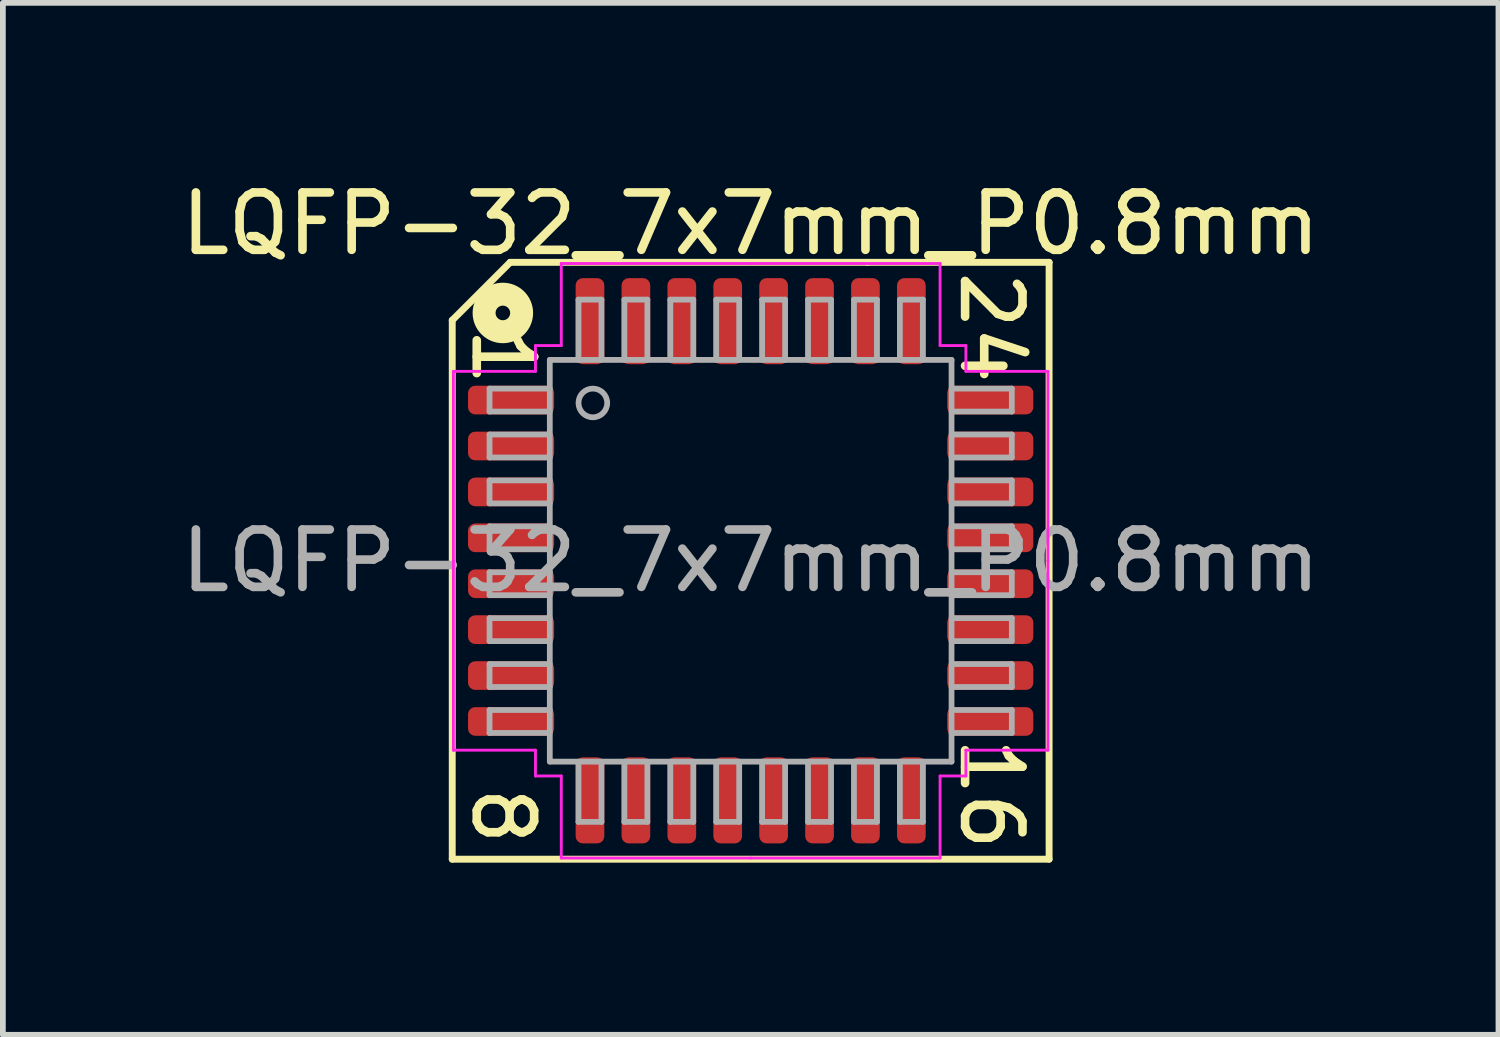
<source format=kicad_pcb>
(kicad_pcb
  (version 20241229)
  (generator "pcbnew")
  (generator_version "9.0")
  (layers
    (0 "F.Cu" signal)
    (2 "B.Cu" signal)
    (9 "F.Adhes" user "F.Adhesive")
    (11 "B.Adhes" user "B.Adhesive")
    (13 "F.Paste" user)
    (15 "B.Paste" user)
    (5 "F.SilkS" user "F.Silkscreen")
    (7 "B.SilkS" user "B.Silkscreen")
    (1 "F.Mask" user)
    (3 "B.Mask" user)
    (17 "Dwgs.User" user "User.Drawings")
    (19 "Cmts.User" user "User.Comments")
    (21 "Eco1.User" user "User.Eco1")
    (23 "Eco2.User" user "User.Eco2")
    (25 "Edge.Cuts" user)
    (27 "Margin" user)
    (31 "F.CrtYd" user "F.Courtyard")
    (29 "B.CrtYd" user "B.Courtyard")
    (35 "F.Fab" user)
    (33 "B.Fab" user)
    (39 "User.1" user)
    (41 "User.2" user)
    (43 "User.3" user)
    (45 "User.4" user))
  (footprint "LQFP-32_7x7mm_P0.8mm"
    (layer "F.Cu")
    (at 10.03 6.721)
    (property "Reference" "LQFP-32_7x7mm_P0.8mm" (at 0 -5.873 0) (layer "F.SilkS") (effects (font (size 1 1) (thickness 0.15))))
    (attr smd)
    (fp_line (start -5.2 -4.191) (end -5.2 5.2) (stroke (width 0.12) (type solid)) (layer "F.SilkS"))
    (fp_line (start -5.2 5.2) (end 5.2 5.2) (stroke (width 0.12) (type solid)) (layer "F.SilkS"))
    (fp_line (start -4.191 -5.2) (end -5.2 -4.191) (stroke (width 0.12) (type solid)) (layer "F.SilkS"))
    (fp_line (start 2.032 -5.2) (end -4.191 -5.2) (stroke (width 0.12) (type solid)) (layer "F.SilkS"))
    (fp_line (start 5.2 -5.2) (end 2.032 -5.2) (stroke (width 0.12) (type solid)) (layer "F.SilkS"))
    (fp_line (start 5.2 5.2) (end 5.2 -5.2) (stroke (width 0.12) (type solid)) (layer "F.SilkS"))
    (fp_circle (center -4.318 -4.318) (end -4.191 -4.318) (stroke (width 0.4) (type solid)) (fill no) (layer "F.SilkS"))
    (fp_line (start -5.18 -3.3) (end -5.18 0) (stroke (width 0.05) (type solid)) (layer "F.CrtYd"))
    (fp_line (start -5.18 3.3) (end -5.18 0) (stroke (width 0.05) (type solid)) (layer "F.CrtYd"))
    (fp_line (start -3.75 -3.75) (end -3.75 -3.3) (stroke (width 0.05) (type solid)) (layer "F.CrtYd"))
    (fp_line (start -3.75 -3.3) (end -5.18 -3.3) (stroke (width 0.05) (type solid)) (layer "F.CrtYd"))
    (fp_line (start -3.75 3.3) (end -5.18 3.3) (stroke (width 0.05) (type solid)) (layer "F.CrtYd"))
    (fp_line (start -3.75 3.75) (end -3.75 3.3) (stroke (width 0.05) (type solid)) (layer "F.CrtYd"))
    (fp_line (start -3.3 -5.18) (end -3.3 -3.75) (stroke (width 0.05) (type solid)) (layer "F.CrtYd"))
    (fp_line (start -3.3 -3.75) (end -3.75 -3.75) (stroke (width 0.05) (type solid)) (layer "F.CrtYd"))
    (fp_line (start -3.3 3.75) (end -3.75 3.75) (stroke (width 0.05) (type solid)) (layer "F.CrtYd"))
    (fp_line (start -3.3 5.18) (end -3.3 3.75) (stroke (width 0.05) (type solid)) (layer "F.CrtYd"))
    (fp_line (start 0 -5.18) (end -3.3 -5.18) (stroke (width 0.05) (type solid)) (layer "F.CrtYd"))
    (fp_line (start 0 -5.18) (end 3.3 -5.18) (stroke (width 0.05) (type solid)) (layer "F.CrtYd"))
    (fp_line (start 0 5.18) (end -3.3 5.18) (stroke (width 0.05) (type solid)) (layer "F.CrtYd"))
    (fp_line (start 0 5.18) (end 3.3 5.18) (stroke (width 0.05) (type solid)) (layer "F.CrtYd"))
    (fp_line (start 3.3 -5.18) (end 3.3 -3.75) (stroke (width 0.05) (type solid)) (layer "F.CrtYd"))
    (fp_line (start 3.3 -3.75) (end 3.75 -3.75) (stroke (width 0.05) (type solid)) (layer "F.CrtYd"))
    (fp_line (start 3.3 3.75) (end 3.75 3.75) (stroke (width 0.05) (type solid)) (layer "F.CrtYd"))
    (fp_line (start 3.3 5.18) (end 3.3 3.75) (stroke (width 0.05) (type solid)) (layer "F.CrtYd"))
    (fp_line (start 3.75 -3.75) (end 3.75 -3.3) (stroke (width 0.05) (type solid)) (layer "F.CrtYd"))
    (fp_line (start 3.75 -3.3) (end 5.18 -3.3) (stroke (width 0.05) (type solid)) (layer "F.CrtYd"))
    (fp_line (start 3.75 3.3) (end 5.18 3.3) (stroke (width 0.05) (type solid)) (layer "F.CrtYd"))
    (fp_line (start 3.75 3.75) (end 3.75 3.3) (stroke (width 0.05) (type solid)) (layer "F.CrtYd"))
    (fp_line (start 5.18 -3.3) (end 5.18 0) (stroke (width 0.05) (type solid)) (layer "F.CrtYd"))
    (fp_line (start 5.18 3.3) (end 5.18 0) (stroke (width 0.05) (type solid)) (layer "F.CrtYd"))
    (fp_line (start -4.55 -3) (end -4.55 -2.6) (stroke (width 0.1) (type solid)) (layer "F.Fab"))
    (fp_line (start -4.55 -3) (end -3.5 -3) (stroke (width 0.1) (type solid)) (layer "F.Fab"))
    (fp_line (start -4.55 -2.6) (end -3.5 -2.6) (stroke (width 0.1) (type solid)) (layer "F.Fab"))
    (fp_line (start -4.55 -2.2) (end -4.55 -1.8) (stroke (width 0.1) (type solid)) (layer "F.Fab"))
    (fp_line (start -4.55 -2.2) (end -3.5 -2.2) (stroke (width 0.1) (type solid)) (layer "F.Fab"))
    (fp_line (start -4.55 -1.8) (end -3.5 -1.8) (stroke (width 0.1) (type solid)) (layer "F.Fab"))
    (fp_line (start -4.55 -1.4) (end -4.55 -1) (stroke (width 0.1) (type solid)) (layer "F.Fab"))
    (fp_line (start -4.55 -1.4) (end -3.5 -1.4) (stroke (width 0.1) (type solid)) (layer "F.Fab"))
    (fp_line (start -4.55 -1) (end -3.5 -1) (stroke (width 0.1) (type solid)) (layer "F.Fab"))
    (fp_line (start -4.55 -0.6) (end -4.55 -0.2) (stroke (width 0.1) (type solid)) (layer "F.Fab"))
    (fp_line (start -4.55 -0.6) (end -3.5 -0.6) (stroke (width 0.1) (type solid)) (layer "F.Fab"))
    (fp_line (start -4.55 -0.2) (end -3.5 -0.2) (stroke (width 0.1) (type solid)) (layer "F.Fab"))
    (fp_line (start -4.55 0.2) (end -4.55 0.6) (stroke (width 0.1) (type solid)) (layer "F.Fab"))
    (fp_line (start -4.55 0.2) (end -3.5 0.2) (stroke (width 0.1) (type solid)) (layer "F.Fab"))
    (fp_line (start -4.55 0.6) (end -3.5 0.6) (stroke (width 0.1) (type solid)) (layer "F.Fab"))
    (fp_line (start -4.55 1) (end -4.55 1.4) (stroke (width 0.1) (type solid)) (layer "F.Fab"))
    (fp_line (start -4.55 1) (end -3.5 1) (stroke (width 0.1) (type solid)) (layer "F.Fab"))
    (fp_line (start -4.55 1.4) (end -3.5 1.4) (stroke (width 0.1) (type solid)) (layer "F.Fab"))
    (fp_line (start -4.55 1.8) (end -4.55 2.2) (stroke (width 0.1) (type solid)) (layer "F.Fab"))
    (fp_line (start -4.55 1.8) (end -3.5 1.8) (stroke (width 0.1) (type solid)) (layer "F.Fab"))
    (fp_line (start -4.55 2.2) (end -3.5 2.2) (stroke (width 0.1) (type solid)) (layer "F.Fab"))
    (fp_line (start -4.55 2.6) (end -4.55 3) (stroke (width 0.1) (type solid)) (layer "F.Fab"))
    (fp_line (start -4.55 2.6) (end -3.5 2.6) (stroke (width 0.1) (type solid)) (layer "F.Fab"))
    (fp_line (start -4.55 3) (end -3.5 3) (stroke (width 0.1) (type solid)) (layer "F.Fab"))
    (fp_line (start -3.5 -3.5) (end 3.5 -3.5) (stroke (width 0.1) (type solid)) (layer "F.Fab"))
    (fp_line (start -3.5 3.5) (end -3.5 -3.5) (stroke (width 0.1) (type solid)) (layer "F.Fab"))
    (fp_line (start -3 -4.55) (end -3 -3.5) (stroke (width 0.1) (type solid)) (layer "F.Fab"))
    (fp_line (start -3 4.55) (end -3 3.5) (stroke (width 0.1) (type solid)) (layer "F.Fab"))
    (fp_line (start -3 4.55) (end -2.6 4.55) (stroke (width 0.1) (type solid)) (layer "F.Fab"))
    (fp_line (start -2.6 -4.55) (end -3 -4.55) (stroke (width 0.1) (type solid)) (layer "F.Fab"))
    (fp_line (start -2.6 -4.55) (end -2.6 -3.5) (stroke (width 0.1) (type solid)) (layer "F.Fab"))
    (fp_line (start -2.6 4.55) (end -2.6 3.5) (stroke (width 0.1) (type solid)) (layer "F.Fab"))
    (fp_line (start -2.2 -4.55) (end -2.2 -3.5) (stroke (width 0.1) (type solid)) (layer "F.Fab"))
    (fp_line (start -2.2 4.55) (end -2.2 3.5) (stroke (width 0.1) (type solid)) (layer "F.Fab"))
    (fp_line (start -2.2 4.55) (end -1.8 4.55) (stroke (width 0.1) (type solid)) (layer "F.Fab"))
    (fp_line (start -1.8 -4.55) (end -2.2 -4.55) (stroke (width 0.1) (type solid)) (layer "F.Fab"))
    (fp_line (start -1.8 -4.55) (end -1.8 -3.5) (stroke (width 0.1) (type solid)) (layer "F.Fab"))
    (fp_line (start -1.8 4.55) (end -1.8 3.5) (stroke (width 0.1) (type solid)) (layer "F.Fab"))
    (fp_line (start -1.4 -4.55) (end -1.4 -3.5) (stroke (width 0.1) (type solid)) (layer "F.Fab"))
    (fp_line (start -1.4 4.55) (end -1.4 3.5) (stroke (width 0.1) (type solid)) (layer "F.Fab"))
    (fp_line (start -1.4 4.55) (end -1 4.55) (stroke (width 0.1) (type solid)) (layer "F.Fab"))
    (fp_line (start -1 -4.55) (end -1.4 -4.55) (stroke (width 0.1) (type solid)) (layer "F.Fab"))
    (fp_line (start -1 -4.55) (end -1 -3.5) (stroke (width 0.1) (type solid)) (layer "F.Fab"))
    (fp_line (start -1 4.55) (end -1 3.5) (stroke (width 0.1) (type solid)) (layer "F.Fab"))
    (fp_line (start -0.6 -4.55) (end -0.6 -3.5) (stroke (width 0.1) (type solid)) (layer "F.Fab"))
    (fp_line (start -0.6 4.55) (end -0.6 3.5) (stroke (width 0.1) (type solid)) (layer "F.Fab"))
    (fp_line (start -0.6 4.55) (end -0.2 4.55) (stroke (width 0.1) (type solid)) (layer "F.Fab"))
    (fp_line (start -0.2 -4.55) (end -0.6 -4.55) (stroke (width 0.1) (type solid)) (layer "F.Fab"))
    (fp_line (start -0.2 -4.55) (end -0.2 -3.5) (stroke (width 0.1) (type solid)) (layer "F.Fab"))
    (fp_line (start -0.2 4.55) (end -0.2 3.5) (stroke (width 0.1) (type solid)) (layer "F.Fab"))
    (fp_line (start 0.2 -4.55) (end 0.2 -3.5) (stroke (width 0.1) (type solid)) (layer "F.Fab"))
    (fp_line (start 0.2 4.55) (end 0.2 3.5) (stroke (width 0.1) (type solid)) (layer "F.Fab"))
    (fp_line (start 0.2 4.55) (end 0.6 4.55) (stroke (width 0.1) (type solid)) (layer "F.Fab"))
    (fp_line (start 0.6 -4.55) (end 0.2 -4.55) (stroke (width 0.1) (type solid)) (layer "F.Fab"))
    (fp_line (start 0.6 -4.55) (end 0.6 -3.5) (stroke (width 0.1) (type solid)) (layer "F.Fab"))
    (fp_line (start 0.6 4.55) (end 0.6 3.5) (stroke (width 0.1) (type solid)) (layer "F.Fab"))
    (fp_line (start 1 -4.55) (end 1 -3.5) (stroke (width 0.1) (type solid)) (layer "F.Fab"))
    (fp_line (start 1 4.55) (end 1 3.5) (stroke (width 0.1) (type solid)) (layer "F.Fab"))
    (fp_line (start 1 4.55) (end 1.4 4.55) (stroke (width 0.1) (type solid)) (layer "F.Fab"))
    (fp_line (start 1.4 -4.55) (end 1 -4.55) (stroke (width 0.1) (type solid)) (layer "F.Fab"))
    (fp_line (start 1.4 -4.55) (end 1.4 -3.5) (stroke (width 0.1) (type solid)) (layer "F.Fab"))
    (fp_line (start 1.4 4.55) (end 1.4 3.5) (stroke (width 0.1) (type solid)) (layer "F.Fab"))
    (fp_line (start 1.8 -4.55) (end 1.8 -3.5) (stroke (width 0.1) (type solid)) (layer "F.Fab"))
    (fp_line (start 1.8 4.55) (end 1.8 3.5) (stroke (width 0.1) (type solid)) (layer "F.Fab"))
    (fp_line (start 1.8 4.55) (end 2.2 4.55) (stroke (width 0.1) (type solid)) (layer "F.Fab"))
    (fp_line (start 2.2 -4.55) (end 1.8 -4.55) (stroke (width 0.1) (type solid)) (layer "F.Fab"))
    (fp_line (start 2.2 -4.55) (end 2.2 -3.5) (stroke (width 0.1) (type solid)) (layer "F.Fab"))
    (fp_line (start 2.2 4.55) (end 2.2 3.5) (stroke (width 0.1) (type solid)) (layer "F.Fab"))
    (fp_line (start 2.6 -4.55) (end 2.6 -3.5) (stroke (width 0.1) (type solid)) (layer "F.Fab"))
    (fp_line (start 2.6 4.55) (end 2.6 3.5) (stroke (width 0.1) (type solid)) (layer "F.Fab"))
    (fp_line (start 2.6 4.55) (end 3 4.55) (stroke (width 0.1) (type solid)) (layer "F.Fab"))
    (fp_line (start 3 -4.55) (end 2.6 -4.55) (stroke (width 0.1) (type solid)) (layer "F.Fab"))
    (fp_line (start 3 -4.55) (end 3 -3.5) (stroke (width 0.1) (type solid)) (layer "F.Fab"))
    (fp_line (start 3 4.55) (end 3 3.5) (stroke (width 0.1) (type solid)) (layer "F.Fab"))
    (fp_line (start 3.5 -3.5) (end 3.5 3.5) (stroke (width 0.1) (type solid)) (layer "F.Fab"))
    (fp_line (start 3.5 3.5) (end -3.5 3.5) (stroke (width 0.1) (type solid)) (layer "F.Fab"))
    (fp_line (start 4.55 -3) (end 3.5 -3) (stroke (width 0.1) (type solid)) (layer "F.Fab"))
    (fp_line (start 4.55 -2.6) (end 3.5 -2.6) (stroke (width 0.1) (type solid)) (layer "F.Fab"))
    (fp_line (start 4.55 -2.6) (end 4.55 -3) (stroke (width 0.1) (type solid)) (layer "F.Fab"))
    (fp_line (start 4.55 -2.2) (end 3.5 -2.2) (stroke (width 0.1) (type solid)) (layer "F.Fab"))
    (fp_line (start 4.55 -1.8) (end 3.5 -1.8) (stroke (width 0.1) (type solid)) (layer "F.Fab"))
    (fp_line (start 4.55 -1.8) (end 4.55 -2.2) (stroke (width 0.1) (type solid)) (layer "F.Fab"))
    (fp_line (start 4.55 -1.4) (end 3.5 -1.4) (stroke (width 0.1) (type solid)) (layer "F.Fab"))
    (fp_line (start 4.55 -1) (end 3.5 -1) (stroke (width 0.1) (type solid)) (layer "F.Fab"))
    (fp_line (start 4.55 -1) (end 4.55 -1.4) (stroke (width 0.1) (type solid)) (layer "F.Fab"))
    (fp_line (start 4.55 -0.6) (end 3.5 -0.6) (stroke (width 0.1) (type solid)) (layer "F.Fab"))
    (fp_line (start 4.55 -0.2) (end 3.5 -0.2) (stroke (width 0.1) (type solid)) (layer "F.Fab"))
    (fp_line (start 4.55 -0.2) (end 4.55 -0.6) (stroke (width 0.1) (type solid)) (layer "F.Fab"))
    (fp_line (start 4.55 0.2) (end 3.5 0.2) (stroke (width 0.1) (type solid)) (layer "F.Fab"))
    (fp_line (start 4.55 0.6) (end 3.5 0.6) (stroke (width 0.1) (type solid)) (layer "F.Fab"))
    (fp_line (start 4.55 0.6) (end 4.55 0.2) (stroke (width 0.1) (type solid)) (layer "F.Fab"))
    (fp_line (start 4.55 1) (end 3.5 1) (stroke (width 0.1) (type solid)) (layer "F.Fab"))
    (fp_line (start 4.55 1.4) (end 3.5 1.4) (stroke (width 0.1) (type solid)) (layer "F.Fab"))
    (fp_line (start 4.55 1.4) (end 4.55 1) (stroke (width 0.1) (type solid)) (layer "F.Fab"))
    (fp_line (start 4.55 1.8) (end 3.5 1.8) (stroke (width 0.1) (type solid)) (layer "F.Fab"))
    (fp_line (start 4.55 2.2) (end 3.5 2.2) (stroke (width 0.1) (type solid)) (layer "F.Fab"))
    (fp_line (start 4.55 2.2) (end 4.55 1.8) (stroke (width 0.1) (type solid)) (layer "F.Fab"))
    (fp_line (start 4.55 2.6) (end 3.5 2.6) (stroke (width 0.1) (type solid)) (layer "F.Fab"))
    (fp_line (start 4.55 3) (end 3.5 3) (stroke (width 0.1) (type solid)) (layer "F.Fab"))
    (fp_line (start 4.55 3) (end 4.55 2.6) (stroke (width 0.1) (type solid)) (layer "F.Fab"))
    (fp_circle (center -2.75 -2.75) (end -2.5 -2.75) (stroke (width 0.1) (type solid)) (fill no) (layer "F.Fab"))
    (fp_text user "24" (at 4.191 -4.064 270) (unlocked yes) (layer "F.SilkS") (effects (font (size 1 1) (thickness 0.15))))
    (fp_text user "1" (at -4.318 -3.556 270) (unlocked yes) (layer "F.SilkS") (effects (font (size 1 1) (thickness 0.15))))
    (fp_text user "16" (at 4.191 4.064 270) (unlocked yes) (layer "F.SilkS") (effects (font (size 1 1) (thickness 0.15))))
    (fp_text user "8" (at -4.318 4.445 270) (unlocked yes) (layer "F.SilkS") (effects (font (size 1 1) (thickness 0.15))))
    (fp_text user "${REFERENCE}" (at 0 0 0) (layer "F.Fab") (effects (font (size 1 1) (thickness 0.15))))
    (pad "1" smd roundrect (at -4.175 -2.8) (size 1.5 0.5) (layers "F.Cu" "F.Mask" "F.Paste") (roundrect_rratio 0.25))
    (pad "2" smd roundrect (at -4.175 -2) (size 1.5 0.5) (layers "F.Cu" "F.Mask" "F.Paste") (roundrect_rratio 0.25))
    (pad "3" smd roundrect (at -4.175 -1.2) (size 1.5 0.5) (layers "F.Cu" "F.Mask" "F.Paste") (roundrect_rratio 0.25))
    (pad "4" smd roundrect (at -4.175 -0.4) (size 1.5 0.5) (layers "F.Cu" "F.Mask" "F.Paste") (roundrect_rratio 0.25))
    (pad "5" smd roundrect (at -4.175 0.4) (size 1.5 0.5) (layers "F.Cu" "F.Mask" "F.Paste") (roundrect_rratio 0.25))
    (pad "6" smd roundrect (at -4.175 1.2) (size 1.5 0.5) (layers "F.Cu" "F.Mask" "F.Paste") (roundrect_rratio 0.25))
    (pad "7" smd roundrect (at -4.175 2) (size 1.5 0.5) (layers "F.Cu" "F.Mask" "F.Paste") (roundrect_rratio 0.25))
    (pad "8" smd roundrect (at -4.175 2.8) (size 1.5 0.5) (layers "F.Cu" "F.Mask" "F.Paste") (roundrect_rratio 0.25))
    (pad "9" smd roundrect (at -2.8 4.175) (size 0.5 1.5) (layers "F.Cu" "F.Mask" "F.Paste") (roundrect_rratio 0.25))
    (pad "10" smd roundrect (at -2 4.175) (size 0.5 1.5) (layers "F.Cu" "F.Mask" "F.Paste") (roundrect_rratio 0.25))
    (pad "11" smd roundrect (at -1.2 4.175) (size 0.5 1.5) (layers "F.Cu" "F.Mask" "F.Paste") (roundrect_rratio 0.25))
    (pad "12" smd roundrect (at -0.4 4.175) (size 0.5 1.5) (layers "F.Cu" "F.Mask" "F.Paste") (roundrect_rratio 0.25))
    (pad "13" smd roundrect (at 0.4 4.175) (size 0.5 1.5) (layers "F.Cu" "F.Mask" "F.Paste") (roundrect_rratio 0.25))
    (pad "14" smd roundrect (at 1.2 4.175) (size 0.5 1.5) (layers "F.Cu" "F.Mask" "F.Paste") (roundrect_rratio 0.25))
    (pad "15" smd roundrect (at 2 4.175) (size 0.5 1.5) (layers "F.Cu" "F.Mask" "F.Paste") (roundrect_rratio 0.25))
    (pad "16" smd roundrect (at 2.8 4.175) (size 0.5 1.5) (layers "F.Cu" "F.Mask" "F.Paste") (roundrect_rratio 0.25))
    (pad "17" smd roundrect (at 4.175 2.8) (size 1.5 0.5) (layers "F.Cu" "F.Mask" "F.Paste") (roundrect_rratio 0.25))
    (pad "18" smd roundrect (at 4.175 2) (size 1.5 0.5) (layers "F.Cu" "F.Mask" "F.Paste") (roundrect_rratio 0.25))
    (pad "19" smd roundrect (at 4.175 1.2) (size 1.5 0.5) (layers "F.Cu" "F.Mask" "F.Paste") (roundrect_rratio 0.25))
    (pad "20" smd roundrect (at 4.175 0.4) (size 1.5 0.5) (layers "F.Cu" "F.Mask" "F.Paste") (roundrect_rratio 0.25))
    (pad "21" smd roundrect (at 4.175 -0.4) (size 1.5 0.5) (layers "F.Cu" "F.Mask" "F.Paste") (roundrect_rratio 0.25))
    (pad "22" smd roundrect (at 4.175 -1.2) (size 1.5 0.5) (layers "F.Cu" "F.Mask" "F.Paste") (roundrect_rratio 0.25))
    (pad "23" smd roundrect (at 4.175 -2) (size 1.5 0.5) (layers "F.Cu" "F.Mask" "F.Paste") (roundrect_rratio 0.25))
    (pad "24" smd roundrect (at 4.175 -2.8) (size 1.5 0.5) (layers "F.Cu" "F.Mask" "F.Paste") (roundrect_rratio 0.25))
    (pad "25" smd roundrect (at 2.8 -4.175) (size 0.5 1.5) (layers "F.Cu" "F.Mask" "F.Paste") (roundrect_rratio 0.25))
    (pad "26" smd roundrect (at 2 -4.175) (size 0.5 1.5) (layers "F.Cu" "F.Mask" "F.Paste") (roundrect_rratio 0.25))
    (pad "27" smd roundrect (at 1.2 -4.175) (size 0.5 1.5) (layers "F.Cu" "F.Mask" "F.Paste") (roundrect_rratio 0.25))
    (pad "28" smd roundrect (at 0.4 -4.175) (size 0.5 1.5) (layers "F.Cu" "F.Mask" "F.Paste") (roundrect_rratio 0.25))
    (pad "29" smd roundrect (at -0.4 -4.175) (size 0.5 1.5) (layers "F.Cu" "F.Mask" "F.Paste") (roundrect_rratio 0.25))
    (pad "30" smd roundrect (at -1.2 -4.175) (size 0.5 1.5) (layers "F.Cu" "F.Mask" "F.Paste") (roundrect_rratio 0.25))
    (pad "31" smd roundrect (at -2 -4.175) (size 0.5 1.5) (layers "F.Cu" "F.Mask" "F.Paste") (roundrect_rratio 0.25))
    (pad "32" smd roundrect (at -2.8 -4.175) (size 0.5 1.5) (layers "F.Cu" "F.Mask" "F.Paste") (roundrect_rratio 0.25)))
  (gr_rect
    (start -3 -3)
    (end 23.06 14.981)
    (stroke (width 0.1) (type default))
    (fill no)
    (layer "Edge.Cuts")))
</source>
